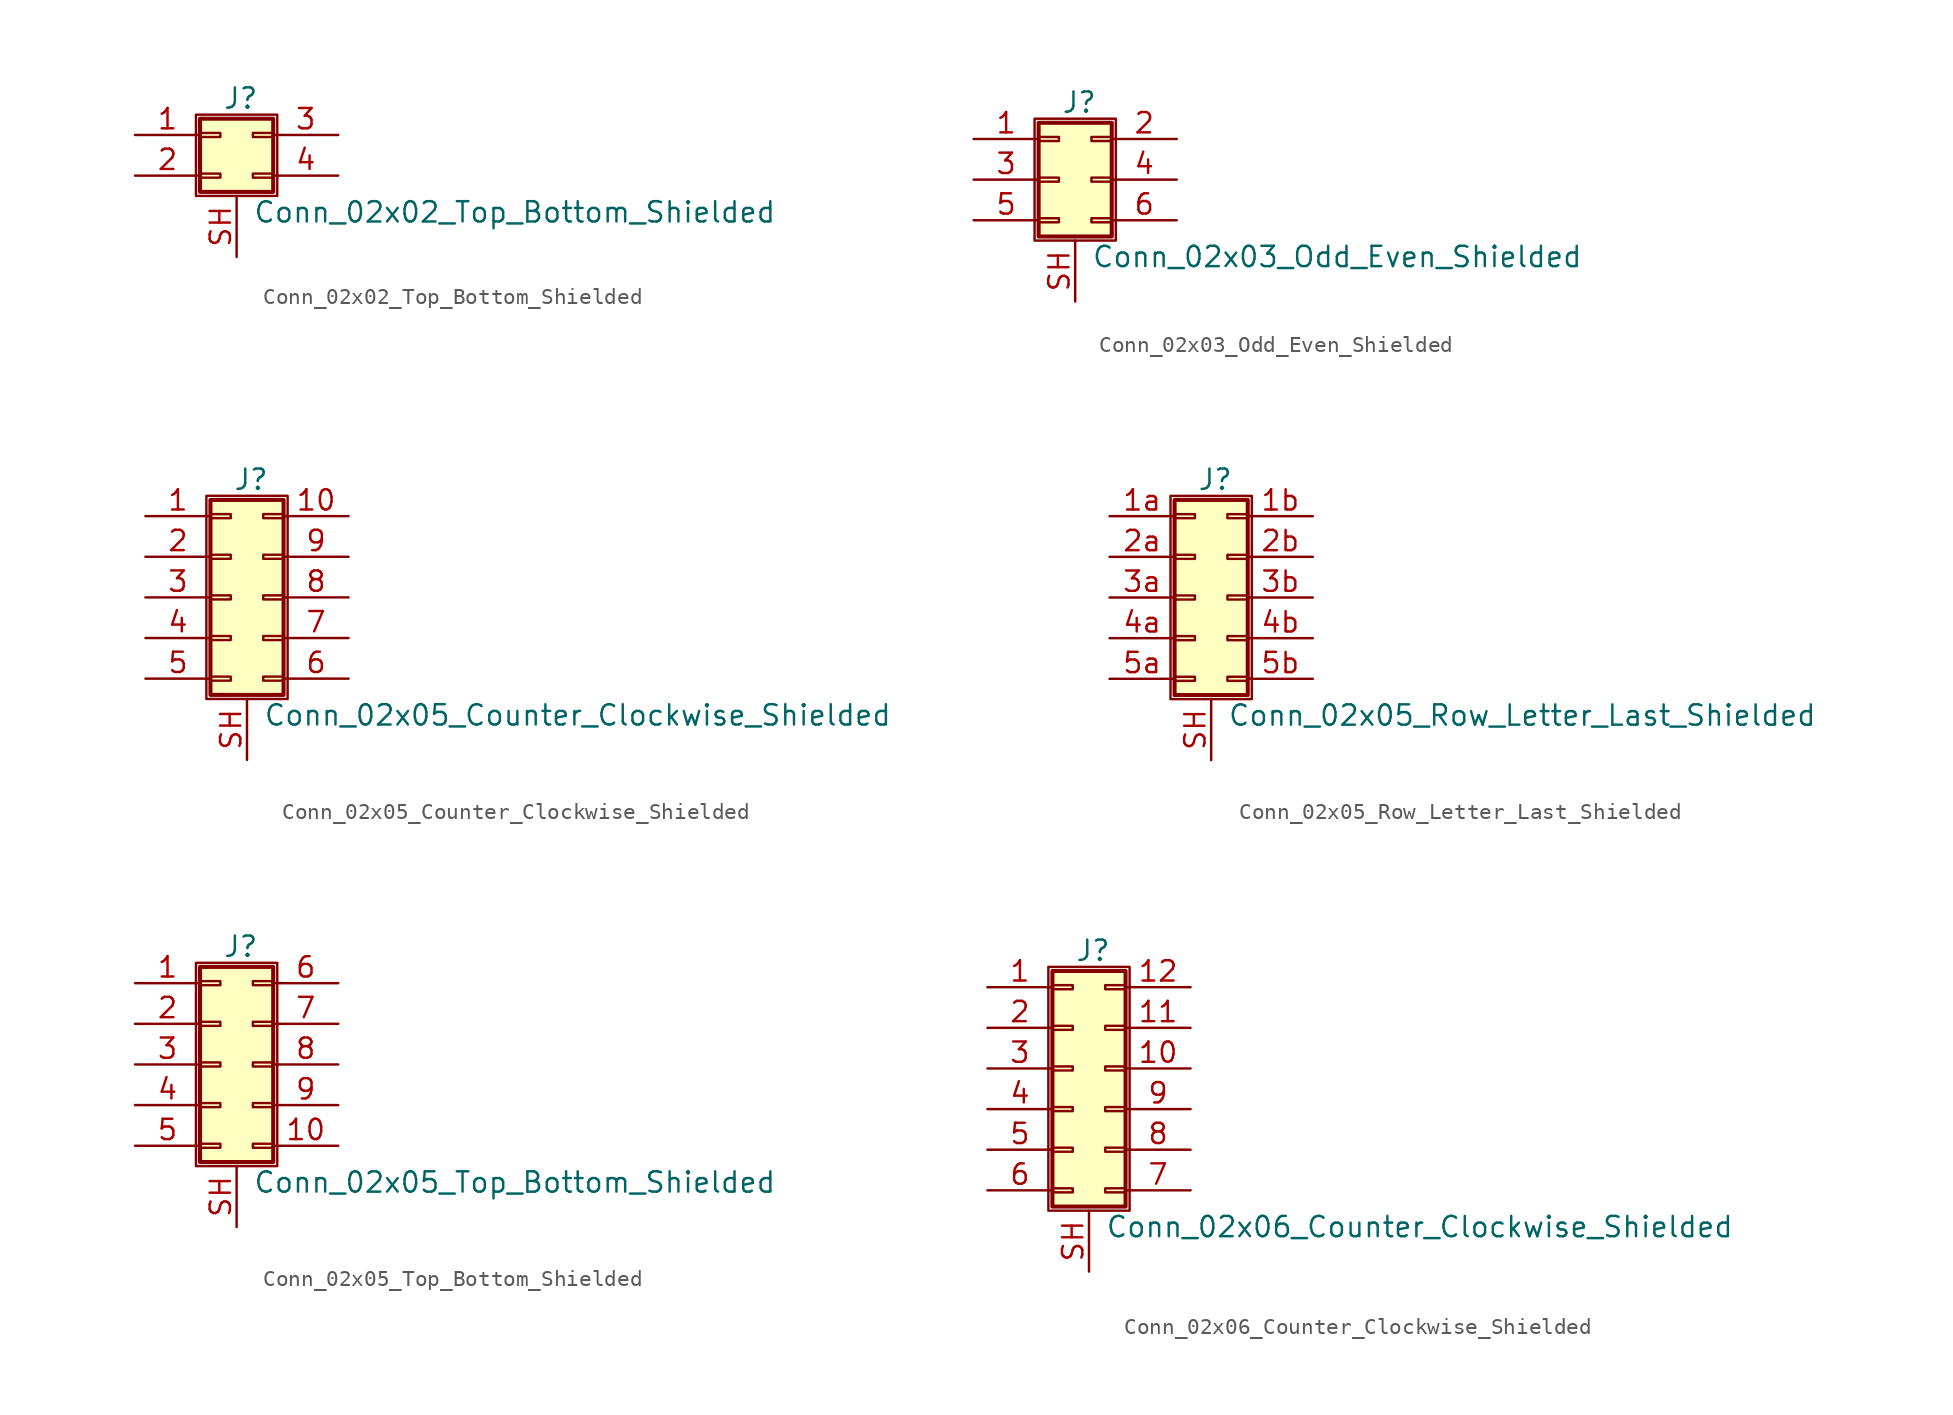
<source format=kicad_sym>
(kicad_symbol_lib
  (version 20220914)
  (generator kicad_symbol_editor)
  (symbol "Conn_02x02_Top_Bottom_Shielded"
    (pin_names
      (offset 1.016) hide)
    (property "Reference" "J"
      (at 1.524 2.286 0)
      (effects (font (size 1.27 1.27))))
    (property "Value" "Conn_02x02_Top_Bottom_Shielded"
      (at 2.286 -4.826 0)
      (effects (font (size 1.27 1.27)) (justify left)))
    (symbol "Conn_02x02_Top_Bottom_Shielded_1_1"
      (rectangle (start -1.27 1.27) (end 3.81 -3.81) (stroke (width 0.152) (type default)) (fill (type none)))
      (rectangle (start -1.016 -2.413) (end 0.254 -2.667) (stroke (width 0.152) (type default)) (fill (type none)))
      (rectangle (start -1.016 0.127) (end 0.254 -0.127) (stroke (width 0.152) (type default)) (fill (type none)))
      (rectangle (start -1.016 1.016) (end 3.556 -3.556) (stroke (width 0.254) (type default)) (fill (type background)))
      (rectangle (start 3.556 -2.413) (end 2.286 -2.667) (stroke (width 0.152) (type default)) (fill (type none)))
      (rectangle (start 3.556 0.127) (end 2.286 -0.127) (stroke (width 0.152) (type default)) (fill (type none)))
      (pin passive line (at -5.08 0 0) (length 4.064) (name "Pin_1" (effects (font (size 1.27 1.27)))) (number "1" (effects (font (size 1.27 1.27)))))
      (pin passive line (at -5.08 -2.54 0) (length 4.064) (name "Pin_2" (effects (font (size 1.27 1.27)))) (number "2" (effects (font (size 1.27 1.27)))))
      (pin passive line (at 7.62 0 180) (length 4.064) (name "Pin_3" (effects (font (size 1.27 1.27)))) (number "3" (effects (font (size 1.27 1.27)))))
      (pin passive line (at 7.62 -2.54 180) (length 4.064) (name "Pin_4" (effects (font (size 1.27 1.27)))) (number "4" (effects (font (size 1.27 1.27)))))
      (pin passive line (at 1.27 -7.62 90) (length 3.81) (name "Shield" (effects (font (size 1.27 1.27)))) (number "SH" (effects (font (size 1.27 1.27)))))))
  (symbol "Conn_02x03_Odd_Even_Shielded"
    (pin_names
      (offset 1.016) hide)
    (property "Reference" "J"
      (at 1.524 4.826 0)
      (effects (font (size 1.27 1.27))))
    (property "Value" "Conn_02x03_Odd_Even_Shielded"
      (at 2.286 -4.826 0)
      (effects (font (size 1.27 1.27)) (justify left)))
    (symbol "Conn_02x03_Odd_Even_Shielded_1_1"
      (rectangle (start -1.27 3.81) (end 3.81 -3.81) (stroke (width 0.152) (type default)) (fill (type none)))
      (rectangle (start -1.016 -2.413) (end 0.254 -2.667) (stroke (width 0.152) (type default)) (fill (type none)))
      (rectangle (start -1.016 0.127) (end 0.254 -0.127) (stroke (width 0.152) (type default)) (fill (type none)))
      (rectangle (start -1.016 2.667) (end 0.254 2.413) (stroke (width 0.152) (type default)) (fill (type none)))
      (rectangle (start -1.016 3.556) (end 3.556 -3.556) (stroke (width 0.254) (type default)) (fill (type background)))
      (rectangle (start 3.556 -2.413) (end 2.286 -2.667) (stroke (width 0.152) (type default)) (fill (type none)))
      (rectangle (start 3.556 0.127) (end 2.286 -0.127) (stroke (width 0.152) (type default)) (fill (type none)))
      (rectangle (start 3.556 2.667) (end 2.286 2.413) (stroke (width 0.152) (type default)) (fill (type none)))
      (pin passive line (at -5.08 2.54 0) (length 4.064) (name "Pin_1" (effects (font (size 1.27 1.27)))) (number "1" (effects (font (size 1.27 1.27)))))
      (pin passive line (at 7.62 2.54 180) (length 4.064) (name "Pin_2" (effects (font (size 1.27 1.27)))) (number "2" (effects (font (size 1.27 1.27)))))
      (pin passive line (at -5.08 0 0) (length 4.064) (name "Pin_3" (effects (font (size 1.27 1.27)))) (number "3" (effects (font (size 1.27 1.27)))))
      (pin passive line (at 7.62 0 180) (length 4.064) (name "Pin_4" (effects (font (size 1.27 1.27)))) (number "4" (effects (font (size 1.27 1.27)))))
      (pin passive line (at -5.08 -2.54 0) (length 4.064) (name "Pin_5" (effects (font (size 1.27 1.27)))) (number "5" (effects (font (size 1.27 1.27)))))
      (pin passive line (at 7.62 -2.54 180) (length 4.064) (name "Pin_6" (effects (font (size 1.27 1.27)))) (number "6" (effects (font (size 1.27 1.27)))))
      (pin passive line (at 1.27 -7.62 90) (length 3.81) (name "Shield" (effects (font (size 1.27 1.27)))) (number "SH" (effects (font (size 1.27 1.27)))))))
  (symbol "Conn_02x05_Counter_Clockwise_Shielded"
    (pin_names
      (offset 1.016) hide)
    (property "Reference" "J"
      (at 1.524 7.366 0)
      (effects (font (size 1.27 1.27))))
    (property "Value" "Conn_02x05_Counter_Clockwise_Shielded"
      (at 2.286 -7.366 0)
      (effects (font (size 1.27 1.27)) (justify left)))
    (symbol "Conn_02x05_Counter_Clockwise_Shielded_1_1"
      (rectangle (start -1.27 6.35) (end 3.81 -6.35) (stroke (width 0.152) (type default)) (fill (type none)))
      (rectangle (start -1.016 -4.953) (end 0.254 -5.207) (stroke (width 0.152) (type default)) (fill (type none)))
      (rectangle (start -1.016 -2.413) (end 0.254 -2.667) (stroke (width 0.152) (type default)) (fill (type none)))
      (rectangle (start -1.016 0.127) (end 0.254 -0.127) (stroke (width 0.152) (type default)) (fill (type none)))
      (rectangle (start -1.016 2.667) (end 0.254 2.413) (stroke (width 0.152) (type default)) (fill (type none)))
      (rectangle (start -1.016 5.207) (end 0.254 4.953) (stroke (width 0.152) (type default)) (fill (type none)))
      (rectangle (start -1.016 6.096) (end 3.556 -6.096) (stroke (width 0.254) (type default)) (fill (type background)))
      (rectangle (start 3.556 -4.953) (end 2.286 -5.207) (stroke (width 0.152) (type default)) (fill (type none)))
      (rectangle (start 3.556 -2.413) (end 2.286 -2.667) (stroke (width 0.152) (type default)) (fill (type none)))
      (rectangle (start 3.556 0.127) (end 2.286 -0.127) (stroke (width 0.152) (type default)) (fill (type none)))
      (rectangle (start 3.556 2.667) (end 2.286 2.413) (stroke (width 0.152) (type default)) (fill (type none)))
      (rectangle (start 3.556 5.207) (end 2.286 4.953) (stroke (width 0.152) (type default)) (fill (type none)))
      (pin passive line (at -5.08 5.08 0) (length 4.064) (name "Pin_1" (effects (font (size 1.27 1.27)))) (number "1" (effects (font (size 1.27 1.27)))))
      (pin passive line (at 7.62 5.08 180) (length 4.064) (name "Pin_10" (effects (font (size 1.27 1.27)))) (number "10" (effects (font (size 1.27 1.27)))))
      (pin passive line (at -5.08 2.54 0) (length 4.064) (name "Pin_2" (effects (font (size 1.27 1.27)))) (number "2" (effects (font (size 1.27 1.27)))))
      (pin passive line (at -5.08 0 0) (length 4.064) (name "Pin_3" (effects (font (size 1.27 1.27)))) (number "3" (effects (font (size 1.27 1.27)))))
      (pin passive line (at -5.08 -2.54 0) (length 4.064) (name "Pin_4" (effects (font (size 1.27 1.27)))) (number "4" (effects (font (size 1.27 1.27)))))
      (pin passive line (at -5.08 -5.08 0) (length 4.064) (name "Pin_5" (effects (font (size 1.27 1.27)))) (number "5" (effects (font (size 1.27 1.27)))))
      (pin passive line (at 7.62 -5.08 180) (length 4.064) (name "Pin_6" (effects (font (size 1.27 1.27)))) (number "6" (effects (font (size 1.27 1.27)))))
      (pin passive line (at 7.62 -2.54 180) (length 4.064) (name "Pin_7" (effects (font (size 1.27 1.27)))) (number "7" (effects (font (size 1.27 1.27)))))
      (pin passive line (at 7.62 0 180) (length 4.064) (name "Pin_8" (effects (font (size 1.27 1.27)))) (number "8" (effects (font (size 1.27 1.27)))))
      (pin passive line (at 7.62 2.54 180) (length 4.064) (name "Pin_9" (effects (font (size 1.27 1.27)))) (number "9" (effects (font (size 1.27 1.27)))))
      (pin passive line (at 1.27 -10.16 90) (length 3.81) (name "Shield" (effects (font (size 1.27 1.27)))) (number "SH" (effects (font (size 1.27 1.27)))))))
  (symbol "Conn_02x05_Row_Letter_Last_Shielded"
    (pin_names
      (offset 1.016) hide)
    (property "Reference" "J"
      (at 1.524 7.366 0)
      (effects (font (size 1.27 1.27))))
    (property "Value" "Conn_02x05_Row_Letter_Last_Shielded"
      (at 2.286 -7.366 0)
      (effects (font (size 1.27 1.27)) (justify left)))
    (symbol "Conn_02x05_Row_Letter_Last_Shielded_1_1"
      (rectangle (start -1.27 6.35) (end 3.81 -6.35) (stroke (width 0.152) (type default)) (fill (type none)))
      (rectangle (start -1.016 -4.953) (end 0.254 -5.207) (stroke (width 0.152) (type default)) (fill (type none)))
      (rectangle (start -1.016 -2.413) (end 0.254 -2.667) (stroke (width 0.152) (type default)) (fill (type none)))
      (rectangle (start -1.016 0.127) (end 0.254 -0.127) (stroke (width 0.152) (type default)) (fill (type none)))
      (rectangle (start -1.016 2.667) (end 0.254 2.413) (stroke (width 0.152) (type default)) (fill (type none)))
      (rectangle (start -1.016 5.207) (end 0.254 4.953) (stroke (width 0.152) (type default)) (fill (type none)))
      (rectangle (start -1.016 6.096) (end 3.556 -6.096) (stroke (width 0.254) (type default)) (fill (type background)))
      (rectangle (start 3.556 -4.953) (end 2.286 -5.207) (stroke (width 0.152) (type default)) (fill (type none)))
      (rectangle (start 3.556 -2.413) (end 2.286 -2.667) (stroke (width 0.152) (type default)) (fill (type none)))
      (rectangle (start 3.556 0.127) (end 2.286 -0.127) (stroke (width 0.152) (type default)) (fill (type none)))
      (rectangle (start 3.556 2.667) (end 2.286 2.413) (stroke (width 0.152) (type default)) (fill (type none)))
      (rectangle (start 3.556 5.207) (end 2.286 4.953) (stroke (width 0.152) (type default)) (fill (type none)))
      (pin passive line (at -5.08 5.08 0) (length 4.064) (name "Pin_1a" (effects (font (size 1.27 1.27)))) (number "1a" (effects (font (size 1.27 1.27)))))
      (pin passive line (at 7.62 5.08 180) (length 4.064) (name "Pin_1b" (effects (font (size 1.27 1.27)))) (number "1b" (effects (font (size 1.27 1.27)))))
      (pin passive line (at -5.08 2.54 0) (length 4.064) (name "Pin_2a" (effects (font (size 1.27 1.27)))) (number "2a" (effects (font (size 1.27 1.27)))))
      (pin passive line (at 7.62 2.54 180) (length 4.064) (name "Pin_2b" (effects (font (size 1.27 1.27)))) (number "2b" (effects (font (size 1.27 1.27)))))
      (pin passive line (at -5.08 0 0) (length 4.064) (name "Pin_3a" (effects (font (size 1.27 1.27)))) (number "3a" (effects (font (size 1.27 1.27)))))
      (pin passive line (at 7.62 0 180) (length 4.064) (name "Pin_3b" (effects (font (size 1.27 1.27)))) (number "3b" (effects (font (size 1.27 1.27)))))
      (pin passive line (at -5.08 -2.54 0) (length 4.064) (name "Pin_4a" (effects (font (size 1.27 1.27)))) (number "4a" (effects (font (size 1.27 1.27)))))
      (pin passive line (at 7.62 -2.54 180) (length 4.064) (name "Pin_4b" (effects (font (size 1.27 1.27)))) (number "4b" (effects (font (size 1.27 1.27)))))
      (pin passive line (at -5.08 -5.08 0) (length 4.064) (name "Pin_5a" (effects (font (size 1.27 1.27)))) (number "5a" (effects (font (size 1.27 1.27)))))
      (pin passive line (at 7.62 -5.08 180) (length 4.064) (name "Pin_5b" (effects (font (size 1.27 1.27)))) (number "5b" (effects (font (size 1.27 1.27)))))
      (pin passive line (at 1.27 -10.16 90) (length 3.81) (name "Shield" (effects (font (size 1.27 1.27)))) (number "SH" (effects (font (size 1.27 1.27)))))))
  (symbol "Conn_02x05_Top_Bottom_Shielded"
    (pin_names
      (offset 1.016) hide)
    (property "Reference" "J"
      (at 1.524 7.366 0)
      (effects (font (size 1.27 1.27))))
    (property "Value" "Conn_02x05_Top_Bottom_Shielded"
      (at 2.286 -7.366 0)
      (effects (font (size 1.27 1.27)) (justify left)))
    (symbol "Conn_02x05_Top_Bottom_Shielded_1_1"
      (rectangle (start -1.27 6.35) (end 3.81 -6.35) (stroke (width 0.152) (type default)) (fill (type none)))
      (rectangle (start -1.016 -4.953) (end 0.254 -5.207) (stroke (width 0.152) (type default)) (fill (type none)))
      (rectangle (start -1.016 -2.413) (end 0.254 -2.667) (stroke (width 0.152) (type default)) (fill (type none)))
      (rectangle (start -1.016 0.127) (end 0.254 -0.127) (stroke (width 0.152) (type default)) (fill (type none)))
      (rectangle (start -1.016 2.667) (end 0.254 2.413) (stroke (width 0.152) (type default)) (fill (type none)))
      (rectangle (start -1.016 5.207) (end 0.254 4.953) (stroke (width 0.152) (type default)) (fill (type none)))
      (rectangle (start -1.016 6.096) (end 3.556 -6.096) (stroke (width 0.254) (type default)) (fill (type background)))
      (rectangle (start 3.556 -4.953) (end 2.286 -5.207) (stroke (width 0.152) (type default)) (fill (type none)))
      (rectangle (start 3.556 -2.413) (end 2.286 -2.667) (stroke (width 0.152) (type default)) (fill (type none)))
      (rectangle (start 3.556 0.127) (end 2.286 -0.127) (stroke (width 0.152) (type default)) (fill (type none)))
      (rectangle (start 3.556 2.667) (end 2.286 2.413) (stroke (width 0.152) (type default)) (fill (type none)))
      (rectangle (start 3.556 5.207) (end 2.286 4.953) (stroke (width 0.152) (type default)) (fill (type none)))
      (pin passive line (at -5.08 5.08 0) (length 4.064) (name "Pin_1" (effects (font (size 1.27 1.27)))) (number "1" (effects (font (size 1.27 1.27)))))
      (pin passive line (at 7.62 -5.08 180) (length 4.064) (name "Pin_10" (effects (font (size 1.27 1.27)))) (number "10" (effects (font (size 1.27 1.27)))))
      (pin passive line (at -5.08 2.54 0) (length 4.064) (name "Pin_2" (effects (font (size 1.27 1.27)))) (number "2" (effects (font (size 1.27 1.27)))))
      (pin passive line (at -5.08 0 0) (length 4.064) (name "Pin_3" (effects (font (size 1.27 1.27)))) (number "3" (effects (font (size 1.27 1.27)))))
      (pin passive line (at -5.08 -2.54 0) (length 4.064) (name "Pin_4" (effects (font (size 1.27 1.27)))) (number "4" (effects (font (size 1.27 1.27)))))
      (pin passive line (at -5.08 -5.08 0) (length 4.064) (name "Pin_5" (effects (font (size 1.27 1.27)))) (number "5" (effects (font (size 1.27 1.27)))))
      (pin passive line (at 7.62 5.08 180) (length 4.064) (name "Pin_6" (effects (font (size 1.27 1.27)))) (number "6" (effects (font (size 1.27 1.27)))))
      (pin passive line (at 7.62 2.54 180) (length 4.064) (name "Pin_7" (effects (font (size 1.27 1.27)))) (number "7" (effects (font (size 1.27 1.27)))))
      (pin passive line (at 7.62 0 180) (length 4.064) (name "Pin_8" (effects (font (size 1.27 1.27)))) (number "8" (effects (font (size 1.27 1.27)))))
      (pin passive line (at 7.62 -2.54 180) (length 4.064) (name "Pin_9" (effects (font (size 1.27 1.27)))) (number "9" (effects (font (size 1.27 1.27)))))
      (pin passive line (at 1.27 -10.16 90) (length 3.81) (name "Shield" (effects (font (size 1.27 1.27)))) (number "SH" (effects (font (size 1.27 1.27)))))))
  (symbol "Conn_02x06_Counter_Clockwise_Shielded"
    (pin_names
      (offset 1.016) hide)
    (property "Reference" "J"
      (at 1.524 7.366 0)
      (effects (font (size 1.27 1.27))))
    (property "Value" "Conn_02x06_Counter_Clockwise_Shielded"
      (at 2.286 -9.906 0)
      (effects (font (size 1.27 1.27)) (justify left)))
    (symbol "Conn_02x06_Counter_Clockwise_Shielded_1_1"
      (rectangle (start -1.27 6.35) (end 3.81 -8.89) (stroke (width 0.152) (type default)) (fill (type none)))
      (rectangle (start -1.016 -7.493) (end 0.254 -7.747) (stroke (width 0.152) (type default)) (fill (type none)))
      (rectangle (start -1.016 -4.953) (end 0.254 -5.207) (stroke (width 0.152) (type default)) (fill (type none)))
      (rectangle (start -1.016 -2.413) (end 0.254 -2.667) (stroke (width 0.152) (type default)) (fill (type none)))
      (rectangle (start -1.016 0.127) (end 0.254 -0.127) (stroke (width 0.152) (type default)) (fill (type none)))
      (rectangle (start -1.016 2.667) (end 0.254 2.413) (stroke (width 0.152) (type default)) (fill (type none)))
      (rectangle (start -1.016 5.207) (end 0.254 4.953) (stroke (width 0.152) (type default)) (fill (type none)))
      (rectangle (start -1.016 6.096) (end 3.556 -8.636) (stroke (width 0.254) (type default)) (fill (type background)))
      (rectangle (start 3.556 -7.493) (end 2.286 -7.747) (stroke (width 0.152) (type default)) (fill (type none)))
      (rectangle (start 3.556 -4.953) (end 2.286 -5.207) (stroke (width 0.152) (type default)) (fill (type none)))
      (rectangle (start 3.556 -2.413) (end 2.286 -2.667) (stroke (width 0.152) (type default)) (fill (type none)))
      (rectangle (start 3.556 0.127) (end 2.286 -0.127) (stroke (width 0.152) (type default)) (fill (type none)))
      (rectangle (start 3.556 2.667) (end 2.286 2.413) (stroke (width 0.152) (type default)) (fill (type none)))
      (rectangle (start 3.556 5.207) (end 2.286 4.953) (stroke (width 0.152) (type default)) (fill (type none)))
      (pin passive line (at -5.08 5.08 0) (length 4.064) (name "Pin_1" (effects (font (size 1.27 1.27)))) (number "1" (effects (font (size 1.27 1.27)))))
      (pin passive line (at 7.62 0 180) (length 4.064) (name "Pin_10" (effects (font (size 1.27 1.27)))) (number "10" (effects (font (size 1.27 1.27)))))
      (pin passive line (at 7.62 2.54 180) (length 4.064) (name "Pin_11" (effects (font (size 1.27 1.27)))) (number "11" (effects (font (size 1.27 1.27)))))
      (pin passive line (at 7.62 5.08 180) (length 4.064) (name "Pin_12" (effects (font (size 1.27 1.27)))) (number "12" (effects (font (size 1.27 1.27)))))
      (pin passive line (at -5.08 2.54 0) (length 4.064) (name "Pin_2" (effects (font (size 1.27 1.27)))) (number "2" (effects (font (size 1.27 1.27)))))
      (pin passive line (at -5.08 0 0) (length 4.064) (name "Pin_3" (effects (font (size 1.27 1.27)))) (number "3" (effects (font (size 1.27 1.27)))))
      (pin passive line (at -5.08 -2.54 0) (length 4.064) (name "Pin_4" (effects (font (size 1.27 1.27)))) (number "4" (effects (font (size 1.27 1.27)))))
      (pin passive line (at -5.08 -5.08 0) (length 4.064) (name "Pin_5" (effects (font (size 1.27 1.27)))) (number "5" (effects (font (size 1.27 1.27)))))
      (pin passive line (at -5.08 -7.62 0) (length 4.064) (name "Pin_6" (effects (font (size 1.27 1.27)))) (number "6" (effects (font (size 1.27 1.27)))))
      (pin passive line (at 7.62 -7.62 180) (length 4.064) (name "Pin_7" (effects (font (size 1.27 1.27)))) (number "7" (effects (font (size 1.27 1.27)))))
      (pin passive line (at 7.62 -5.08 180) (length 4.064) (name "Pin_8" (effects (font (size 1.27 1.27)))) (number "8" (effects (font (size 1.27 1.27)))))
      (pin passive line (at 7.62 -2.54 180) (length 4.064) (name "Pin_9" (effects (font (size 1.27 1.27)))) (number "9" (effects (font (size 1.27 1.27)))))
      (pin passive line (at 1.27 -12.7 90) (length 3.81) (name "Shield" (effects (font (size 1.27 1.27)))) (number "SH" (effects (font (size 1.27 1.27))))))))
</source>
